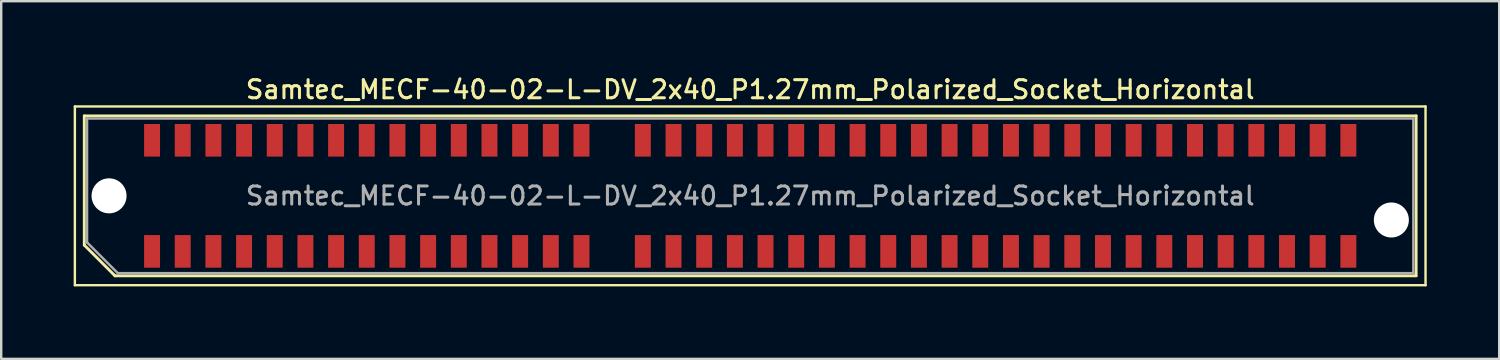
<source format=kicad_pcb>
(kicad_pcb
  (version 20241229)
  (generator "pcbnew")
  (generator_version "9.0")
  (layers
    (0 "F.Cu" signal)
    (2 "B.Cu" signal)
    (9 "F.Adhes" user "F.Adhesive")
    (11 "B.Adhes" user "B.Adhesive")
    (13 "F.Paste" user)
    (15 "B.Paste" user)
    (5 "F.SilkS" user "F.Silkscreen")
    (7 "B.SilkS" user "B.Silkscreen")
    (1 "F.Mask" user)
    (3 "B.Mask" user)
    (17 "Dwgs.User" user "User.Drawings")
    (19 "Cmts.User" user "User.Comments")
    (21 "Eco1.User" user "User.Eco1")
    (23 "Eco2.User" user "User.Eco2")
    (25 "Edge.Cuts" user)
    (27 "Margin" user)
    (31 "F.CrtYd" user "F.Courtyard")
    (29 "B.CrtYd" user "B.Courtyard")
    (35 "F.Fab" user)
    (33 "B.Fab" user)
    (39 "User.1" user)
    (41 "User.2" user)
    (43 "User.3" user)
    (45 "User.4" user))
  (footprint "Samtec_MECF-40-02-L-DV_2x40_P1.27mm_Polarized_Socket_Horizontal"
    (layer "F.Cu")
    (at 28.01 5.058)
    (property "Reference" "Samtec_MECF-40-02-L-DV_2x40_P1.27mm_Polarized_Socket_Horizontal" (at 0 -4.4 0) (layer "F.SilkS") (effects (font (size 0.75 0.75) (thickness 0.125))))
    (attr smd)
    (fp_line (start -27.96 -3.7) (end -27.96 3.7) (stroke (width 0.1) (type solid)) (layer "F.SilkS"))
    (fp_line (start -27.96 3.7) (end 27.96 3.7) (stroke (width 0.1) (type solid)) (layer "F.SilkS"))
    (fp_line (start -27.57 -3.31) (end 27.57 -3.31) (stroke (width 0.12) (type solid)) (layer "F.SilkS"))
    (fp_line (start -27.57 2.04) (end -27.57 -3.31) (stroke (width 0.12) (type solid)) (layer "F.SilkS"))
    (fp_line (start -26.3 3.31) (end -27.57 2.04) (stroke (width 0.12) (type solid)) (layer "F.SilkS"))
    (fp_line (start -26.3 3.31) (end 27.57 3.31) (stroke (width 0.12) (type solid)) (layer "F.SilkS"))
    (fp_line (start 27.57 3.31) (end 27.57 -3.31) (stroke (width 0.12) (type solid)) (layer "F.SilkS"))
    (fp_line (start 27.96 -3.7) (end -27.96 -3.7) (stroke (width 0.1) (type solid)) (layer "F.SilkS"))
    (fp_line (start 27.96 3.7) (end 27.96 -3.7) (stroke (width 0.1) (type solid)) (layer "F.SilkS"))
    (fp_line (start -27.455 -3.2) (end 27.455 -3.2) (stroke (width 0.1) (type solid)) (layer "F.Fab"))
    (fp_line (start -27.455 1.93) (end -27.455 -3.2) (stroke (width 0.1) (type solid)) (layer "F.Fab"))
    (fp_line (start -27.455 1.93) (end -26.185 3.2) (stroke (width 0.1) (type solid)) (layer "F.Fab"))
    (fp_line (start -26.185 3.2) (end 27.455 3.2) (stroke (width 0.1) (type solid)) (layer "F.Fab"))
    (fp_line (start 27.455 3.2) (end 27.455 -3.2) (stroke (width 0.1) (type solid)) (layer "F.Fab"))
    (fp_text user "${REFERENCE}" (at 0 0 0) (layer "F.Fab") (effects (font (size 0.75 0.75) (thickness 0.125))))
    (pad "" np_thru_hole circle (at -26.545 0) (size 1.45 1.45) (drill 1.45) (layers "*.Cu" "*.Mask"))
    (pad "" np_thru_hole circle (at 26.545 1) (size 1.45 1.45) (drill 1.45) (layers "*.Cu" "*.Mask"))
    (pad "1" smd rect (at -24.765 2.3) (size 0.66 1.35) (layers "F.Cu" "F.Mask" "F.Paste"))
    (pad "2" smd rect (at -24.765 -2.3) (size 0.66 1.35) (layers "F.Cu" "F.Mask" "F.Paste"))
    (pad "3" smd rect (at -23.495 2.3) (size 0.66 1.35) (layers "F.Cu" "F.Mask" "F.Paste"))
    (pad "4" smd rect (at -23.495 -2.3) (size 0.66 1.35) (layers "F.Cu" "F.Mask" "F.Paste"))
    (pad "5" smd rect (at -22.225 2.3) (size 0.66 1.35) (layers "F.Cu" "F.Mask" "F.Paste"))
    (pad "6" smd rect (at -22.225 -2.3) (size 0.66 1.35) (layers "F.Cu" "F.Mask" "F.Paste"))
    (pad "7" smd rect (at -20.955 2.3) (size 0.66 1.35) (layers "F.Cu" "F.Mask" "F.Paste"))
    (pad "8" smd rect (at -20.955 -2.3) (size 0.66 1.35) (layers "F.Cu" "F.Mask" "F.Paste"))
    (pad "9" smd rect (at -19.685 2.3) (size 0.66 1.35) (layers "F.Cu" "F.Mask" "F.Paste"))
    (pad "10" smd rect (at -19.685 -2.3) (size 0.66 1.35) (layers "F.Cu" "F.Mask" "F.Paste"))
    (pad "11" smd rect (at -18.415 2.3) (size 0.66 1.35) (layers "F.Cu" "F.Mask" "F.Paste"))
    (pad "12" smd rect (at -18.415 -2.3) (size 0.66 1.35) (layers "F.Cu" "F.Mask" "F.Paste"))
    (pad "13" smd rect (at -17.145 2.3) (size 0.66 1.35) (layers "F.Cu" "F.Mask" "F.Paste"))
    (pad "14" smd rect (at -17.145 -2.3) (size 0.66 1.35) (layers "F.Cu" "F.Mask" "F.Paste"))
    (pad "15" smd rect (at -15.875 2.3) (size 0.66 1.35) (layers "F.Cu" "F.Mask" "F.Paste"))
    (pad "16" smd rect (at -15.875 -2.3) (size 0.66 1.35) (layers "F.Cu" "F.Mask" "F.Paste"))
    (pad "17" smd rect (at -14.605 2.3) (size 0.66 1.35) (layers "F.Cu" "F.Mask" "F.Paste"))
    (pad "18" smd rect (at -14.605 -2.3) (size 0.66 1.35) (layers "F.Cu" "F.Mask" "F.Paste"))
    (pad "19" smd rect (at -13.335 2.3) (size 0.66 1.35) (layers "F.Cu" "F.Mask" "F.Paste"))
    (pad "20" smd rect (at -13.335 -2.3) (size 0.66 1.35) (layers "F.Cu" "F.Mask" "F.Paste"))
    (pad "21" smd rect (at -12.065 2.3) (size 0.66 1.35) (layers "F.Cu" "F.Mask" "F.Paste"))
    (pad "22" smd rect (at -12.065 -2.3) (size 0.66 1.35) (layers "F.Cu" "F.Mask" "F.Paste"))
    (pad "23" smd rect (at -10.795 2.3) (size 0.66 1.35) (layers "F.Cu" "F.Mask" "F.Paste"))
    (pad "24" smd rect (at -10.795 -2.3) (size 0.66 1.35) (layers "F.Cu" "F.Mask" "F.Paste"))
    (pad "25" smd rect (at -9.525 2.3) (size 0.66 1.35) (layers "F.Cu" "F.Mask" "F.Paste"))
    (pad "26" smd rect (at -9.525 -2.3) (size 0.66 1.35) (layers "F.Cu" "F.Mask" "F.Paste"))
    (pad "27" smd rect (at -8.255 2.3) (size 0.66 1.35) (layers "F.Cu" "F.Mask" "F.Paste"))
    (pad "28" smd rect (at -8.255 -2.3) (size 0.66 1.35) (layers "F.Cu" "F.Mask" "F.Paste"))
    (pad "29" smd rect (at -6.985 2.3) (size 0.66 1.35) (layers "F.Cu" "F.Mask" "F.Paste"))
    (pad "30" smd rect (at -6.985 -2.3) (size 0.66 1.35) (layers "F.Cu" "F.Mask" "F.Paste"))
    (pad "33" smd rect (at -4.445 2.3) (size 0.66 1.35) (layers "F.Cu" "F.Mask" "F.Paste"))
    (pad "34" smd rect (at -4.445 -2.3) (size 0.66 1.35) (layers "F.Cu" "F.Mask" "F.Paste"))
    (pad "35" smd rect (at -3.175 2.3) (size 0.66 1.35) (layers "F.Cu" "F.Mask" "F.Paste"))
    (pad "36" smd rect (at -3.175 -2.3) (size 0.66 1.35) (layers "F.Cu" "F.Mask" "F.Paste"))
    (pad "37" smd rect (at -1.905 2.3) (size 0.66 1.35) (layers "F.Cu" "F.Mask" "F.Paste"))
    (pad "38" smd rect (at -1.905 -2.3) (size 0.66 1.35) (layers "F.Cu" "F.Mask" "F.Paste"))
    (pad "39" smd rect (at -0.635 2.3) (size 0.66 1.35) (layers "F.Cu" "F.Mask" "F.Paste"))
    (pad "40" smd rect (at -0.635 -2.3) (size 0.66 1.35) (layers "F.Cu" "F.Mask" "F.Paste"))
    (pad "41" smd rect (at 0.635 2.3) (size 0.66 1.35) (layers "F.Cu" "F.Mask" "F.Paste"))
    (pad "42" smd rect (at 0.635 -2.3) (size 0.66 1.35) (layers "F.Cu" "F.Mask" "F.Paste"))
    (pad "43" smd rect (at 1.905 2.3) (size 0.66 1.35) (layers "F.Cu" "F.Mask" "F.Paste"))
    (pad "44" smd rect (at 1.905 -2.3) (size 0.66 1.35) (layers "F.Cu" "F.Mask" "F.Paste"))
    (pad "45" smd rect (at 3.175 2.3) (size 0.66 1.35) (layers "F.Cu" "F.Mask" "F.Paste"))
    (pad "46" smd rect (at 3.175 -2.3) (size 0.66 1.35) (layers "F.Cu" "F.Mask" "F.Paste"))
    (pad "47" smd rect (at 4.445 2.3) (size 0.66 1.35) (layers "F.Cu" "F.Mask" "F.Paste"))
    (pad "48" smd rect (at 4.445 -2.3) (size 0.66 1.35) (layers "F.Cu" "F.Mask" "F.Paste"))
    (pad "49" smd rect (at 5.715 2.3) (size 0.66 1.35) (layers "F.Cu" "F.Mask" "F.Paste"))
    (pad "50" smd rect (at 5.715 -2.3) (size 0.66 1.35) (layers "F.Cu" "F.Mask" "F.Paste"))
    (pad "51" smd rect (at 6.985 2.3) (size 0.66 1.35) (layers "F.Cu" "F.Mask" "F.Paste"))
    (pad "52" smd rect (at 6.985 -2.3) (size 0.66 1.35) (layers "F.Cu" "F.Mask" "F.Paste"))
    (pad "53" smd rect (at 8.255 2.3) (size 0.66 1.35) (layers "F.Cu" "F.Mask" "F.Paste"))
    (pad "54" smd rect (at 8.255 -2.3) (size 0.66 1.35) (layers "F.Cu" "F.Mask" "F.Paste"))
    (pad "55" smd rect (at 9.525 2.3) (size 0.66 1.35) (layers "F.Cu" "F.Mask" "F.Paste"))
    (pad "56" smd rect (at 9.525 -2.3) (size 0.66 1.35) (layers "F.Cu" "F.Mask" "F.Paste"))
    (pad "57" smd rect (at 10.795 2.3) (size 0.66 1.35) (layers "F.Cu" "F.Mask" "F.Paste"))
    (pad "58" smd rect (at 10.795 -2.3) (size 0.66 1.35) (layers "F.Cu" "F.Mask" "F.Paste"))
    (pad "59" smd rect (at 12.065 2.3) (size 0.66 1.35) (layers "F.Cu" "F.Mask" "F.Paste"))
    (pad "60" smd rect (at 12.065 -2.3) (size 0.66 1.35) (layers "F.Cu" "F.Mask" "F.Paste"))
    (pad "61" smd rect (at 13.335 2.3) (size 0.66 1.35) (layers "F.Cu" "F.Mask" "F.Paste"))
    (pad "62" smd rect (at 13.335 -2.3) (size 0.66 1.35) (layers "F.Cu" "F.Mask" "F.Paste"))
    (pad "63" smd rect (at 14.605 2.3) (size 0.66 1.35) (layers "F.Cu" "F.Mask" "F.Paste"))
    (pad "64" smd rect (at 14.605 -2.3) (size 0.66 1.35) (layers "F.Cu" "F.Mask" "F.Paste"))
    (pad "65" smd rect (at 15.875 2.3) (size 0.66 1.35) (layers "F.Cu" "F.Mask" "F.Paste"))
    (pad "66" smd rect (at 15.875 -2.3) (size 0.66 1.35) (layers "F.Cu" "F.Mask" "F.Paste"))
    (pad "67" smd rect (at 17.145 2.3) (size 0.66 1.35) (layers "F.Cu" "F.Mask" "F.Paste"))
    (pad "68" smd rect (at 17.145 -2.3) (size 0.66 1.35) (layers "F.Cu" "F.Mask" "F.Paste"))
    (pad "69" smd rect (at 18.415 2.3) (size 0.66 1.35) (layers "F.Cu" "F.Mask" "F.Paste"))
    (pad "70" smd rect (at 18.415 -2.3) (size 0.66 1.35) (layers "F.Cu" "F.Mask" "F.Paste"))
    (pad "71" smd rect (at 19.685 2.3) (size 0.66 1.35) (layers "F.Cu" "F.Mask" "F.Paste"))
    (pad "72" smd rect (at 19.685 -2.3) (size 0.66 1.35) (layers "F.Cu" "F.Mask" "F.Paste"))
    (pad "73" smd rect (at 20.955 2.3) (size 0.66 1.35) (layers "F.Cu" "F.Mask" "F.Paste"))
    (pad "74" smd rect (at 20.955 -2.3) (size 0.66 1.35) (layers "F.Cu" "F.Mask" "F.Paste"))
    (pad "75" smd rect (at 22.225 2.3) (size 0.66 1.35) (layers "F.Cu" "F.Mask" "F.Paste"))
    (pad "76" smd rect (at 22.225 -2.3) (size 0.66 1.35) (layers "F.Cu" "F.Mask" "F.Paste"))
    (pad "77" smd rect (at 23.495 2.3) (size 0.66 1.35) (layers "F.Cu" "F.Mask" "F.Paste"))
    (pad "78" smd rect (at 23.495 -2.3) (size 0.66 1.35) (layers "F.Cu" "F.Mask" "F.Paste"))
    (pad "79" smd rect (at 24.765 2.3) (size 0.66 1.35) (layers "F.Cu" "F.Mask" "F.Paste"))
    (pad "80" smd rect (at 24.765 -2.3) (size 0.66 1.35) (layers "F.Cu" "F.Mask" "F.Paste")))
  (gr_rect
    (start -3 -3)
    (end 59.02 11.808)
    (stroke (width 0.1) (type default))
    (fill no)
    (layer "Edge.Cuts")))
</source>
